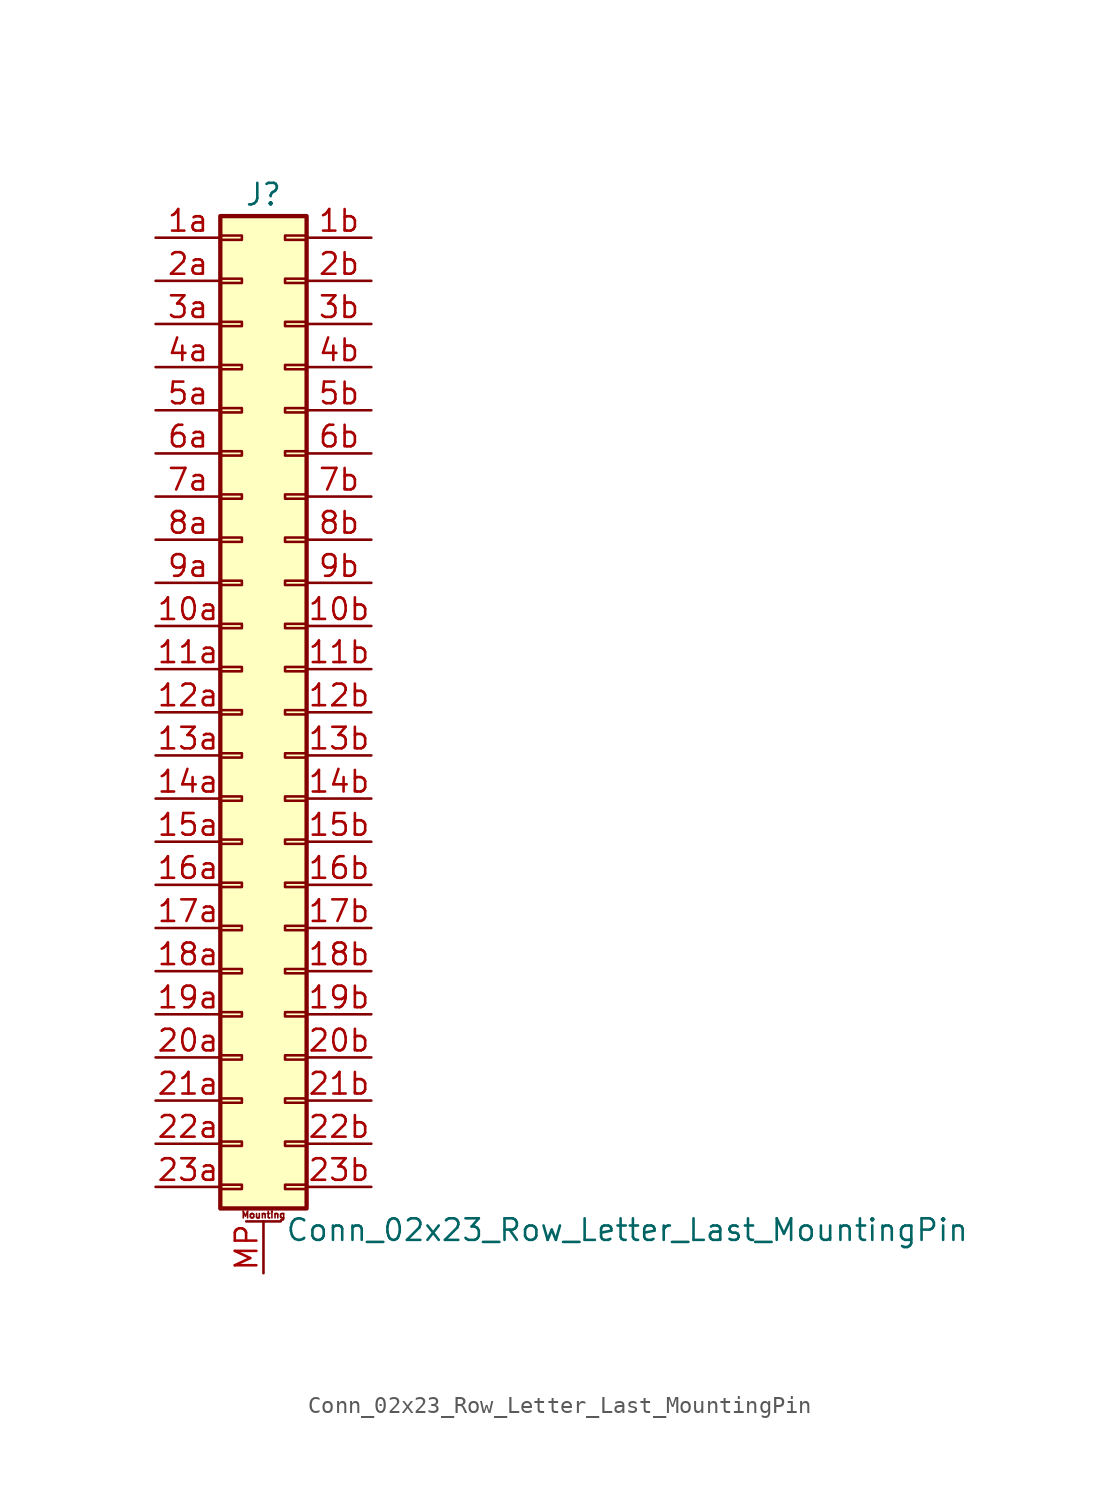
<source format=kicad_sym>
(kicad_symbol_lib
  (version 20220914)
  (generator kicad_symbol_editor)
  (symbol "Conn_02x23_Row_Letter_Last_MountingPin"
    (pin_names
      (offset 1.016) hide)
    (property "Reference" "J"
      (at 1.27 30.48 0)
      (effects (font (size 1.27 1.27))))
    (property "Value" "Conn_02x23_Row_Letter_Last_MountingPin"
      (at 2.54 -30.48 0)
      (effects (font (size 1.27 1.27)) (justify left)))
    (symbol "Conn_02x23_Row_Letter_Last_MountingPin_1_1"
      (rectangle (start -1.27 -27.813) (end 0 -28.067) (stroke (width 0.152) (type default)) (fill (type none)))
      (rectangle (start -1.27 -25.273) (end 0 -25.527) (stroke (width 0.152) (type default)) (fill (type none)))
      (rectangle (start -1.27 -22.733) (end 0 -22.987) (stroke (width 0.152) (type default)) (fill (type none)))
      (rectangle (start -1.27 -20.193) (end 0 -20.447) (stroke (width 0.152) (type default)) (fill (type none)))
      (rectangle (start -1.27 -17.653) (end 0 -17.907) (stroke (width 0.152) (type default)) (fill (type none)))
      (rectangle (start -1.27 -15.113) (end 0 -15.367) (stroke (width 0.152) (type default)) (fill (type none)))
      (rectangle (start -1.27 -12.573) (end 0 -12.827) (stroke (width 0.152) (type default)) (fill (type none)))
      (rectangle (start -1.27 -10.033) (end 0 -10.287) (stroke (width 0.152) (type default)) (fill (type none)))
      (rectangle (start -1.27 -7.493) (end 0 -7.747) (stroke (width 0.152) (type default)) (fill (type none)))
      (rectangle (start -1.27 -4.953) (end 0 -5.207) (stroke (width 0.152) (type default)) (fill (type none)))
      (rectangle (start -1.27 -2.413) (end 0 -2.667) (stroke (width 0.152) (type default)) (fill (type none)))
      (rectangle (start -1.27 0.127) (end 0 -0.127) (stroke (width 0.152) (type default)) (fill (type none)))
      (rectangle (start -1.27 2.667) (end 0 2.413) (stroke (width 0.152) (type default)) (fill (type none)))
      (rectangle (start -1.27 5.207) (end 0 4.953) (stroke (width 0.152) (type default)) (fill (type none)))
      (rectangle (start -1.27 7.747) (end 0 7.493) (stroke (width 0.152) (type default)) (fill (type none)))
      (rectangle (start -1.27 10.287) (end 0 10.033) (stroke (width 0.152) (type default)) (fill (type none)))
      (rectangle (start -1.27 12.827) (end 0 12.573) (stroke (width 0.152) (type default)) (fill (type none)))
      (rectangle (start -1.27 15.367) (end 0 15.113) (stroke (width 0.152) (type default)) (fill (type none)))
      (rectangle (start -1.27 17.907) (end 0 17.653) (stroke (width 0.152) (type default)) (fill (type none)))
      (rectangle (start -1.27 20.447) (end 0 20.193) (stroke (width 0.152) (type default)) (fill (type none)))
      (rectangle (start -1.27 22.987) (end 0 22.733) (stroke (width 0.152) (type default)) (fill (type none)))
      (rectangle (start -1.27 25.527) (end 0 25.273) (stroke (width 0.152) (type default)) (fill (type none)))
      (rectangle (start -1.27 28.067) (end 0 27.813) (stroke (width 0.152) (type default)) (fill (type none)))
      (rectangle (start -1.27 29.21) (end 3.81 -29.21) (stroke (width 0.254) (type default)) (fill (type background)))
      (polyline (pts (xy 0.254 -29.972) (xy 2.286 -29.972)) (stroke (width 0.152) (type default)) (fill (type none)))
      (rectangle (start 3.81 -27.813) (end 2.54 -28.067) (stroke (width 0.152) (type default)) (fill (type none)))
      (rectangle (start 3.81 -25.273) (end 2.54 -25.527) (stroke (width 0.152) (type default)) (fill (type none)))
      (rectangle (start 3.81 -22.733) (end 2.54 -22.987) (stroke (width 0.152) (type default)) (fill (type none)))
      (rectangle (start 3.81 -20.193) (end 2.54 -20.447) (stroke (width 0.152) (type default)) (fill (type none)))
      (rectangle (start 3.81 -17.653) (end 2.54 -17.907) (stroke (width 0.152) (type default)) (fill (type none)))
      (rectangle (start 3.81 -15.113) (end 2.54 -15.367) (stroke (width 0.152) (type default)) (fill (type none)))
      (rectangle (start 3.81 -12.573) (end 2.54 -12.827) (stroke (width 0.152) (type default)) (fill (type none)))
      (rectangle (start 3.81 -10.033) (end 2.54 -10.287) (stroke (width 0.152) (type default)) (fill (type none)))
      (rectangle (start 3.81 -7.493) (end 2.54 -7.747) (stroke (width 0.152) (type default)) (fill (type none)))
      (rectangle (start 3.81 -4.953) (end 2.54 -5.207) (stroke (width 0.152) (type default)) (fill (type none)))
      (rectangle (start 3.81 -2.413) (end 2.54 -2.667) (stroke (width 0.152) (type default)) (fill (type none)))
      (rectangle (start 3.81 0.127) (end 2.54 -0.127) (stroke (width 0.152) (type default)) (fill (type none)))
      (rectangle (start 3.81 2.667) (end 2.54 2.413) (stroke (width 0.152) (type default)) (fill (type none)))
      (rectangle (start 3.81 5.207) (end 2.54 4.953) (stroke (width 0.152) (type default)) (fill (type none)))
      (rectangle (start 3.81 7.747) (end 2.54 7.493) (stroke (width 0.152) (type default)) (fill (type none)))
      (rectangle (start 3.81 10.287) (end 2.54 10.033) (stroke (width 0.152) (type default)) (fill (type none)))
      (rectangle (start 3.81 12.827) (end 2.54 12.573) (stroke (width 0.152) (type default)) (fill (type none)))
      (rectangle (start 3.81 15.367) (end 2.54 15.113) (stroke (width 0.152) (type default)) (fill (type none)))
      (rectangle (start 3.81 17.907) (end 2.54 17.653) (stroke (width 0.152) (type default)) (fill (type none)))
      (rectangle (start 3.81 20.447) (end 2.54 20.193) (stroke (width 0.152) (type default)) (fill (type none)))
      (rectangle (start 3.81 22.987) (end 2.54 22.733) (stroke (width 0.152) (type default)) (fill (type none)))
      (rectangle (start 3.81 25.527) (end 2.54 25.273) (stroke (width 0.152) (type default)) (fill (type none)))
      (rectangle (start 3.81 28.067) (end 2.54 27.813) (stroke (width 0.152) (type default)) (fill (type none)))
      (text "Mounting" (at 1.27 -29.591 0) (effects (font (size 0.381 0.381))))
      (pin passive line (at -5.08 5.08 0) (length 3.81) (name "Pin_10a" (effects (font (size 1.27 1.27)))) (number "10a" (effects (font (size 1.27 1.27)))))
      (pin passive line (at 7.62 5.08 180) (length 3.81) (name "Pin_10b" (effects (font (size 1.27 1.27)))) (number "10b" (effects (font (size 1.27 1.27)))))
      (pin passive line (at -5.08 2.54 0) (length 3.81) (name "Pin_11a" (effects (font (size 1.27 1.27)))) (number "11a" (effects (font (size 1.27 1.27)))))
      (pin passive line (at 7.62 2.54 180) (length 3.81) (name "Pin_11b" (effects (font (size 1.27 1.27)))) (number "11b" (effects (font (size 1.27 1.27)))))
      (pin passive line (at -5.08 0 0) (length 3.81) (name "Pin_12a" (effects (font (size 1.27 1.27)))) (number "12a" (effects (font (size 1.27 1.27)))))
      (pin passive line (at 7.62 0 180) (length 3.81) (name "Pin_12b" (effects (font (size 1.27 1.27)))) (number "12b" (effects (font (size 1.27 1.27)))))
      (pin passive line (at -5.08 -2.54 0) (length 3.81) (name "Pin_13a" (effects (font (size 1.27 1.27)))) (number "13a" (effects (font (size 1.27 1.27)))))
      (pin passive line (at 7.62 -2.54 180) (length 3.81) (name "Pin_13b" (effects (font (size 1.27 1.27)))) (number "13b" (effects (font (size 1.27 1.27)))))
      (pin passive line (at -5.08 -5.08 0) (length 3.81) (name "Pin_14a" (effects (font (size 1.27 1.27)))) (number "14a" (effects (font (size 1.27 1.27)))))
      (pin passive line (at 7.62 -5.08 180) (length 3.81) (name "Pin_14b" (effects (font (size 1.27 1.27)))) (number "14b" (effects (font (size 1.27 1.27)))))
      (pin passive line (at -5.08 -7.62 0) (length 3.81) (name "Pin_15a" (effects (font (size 1.27 1.27)))) (number "15a" (effects (font (size 1.27 1.27)))))
      (pin passive line (at 7.62 -7.62 180) (length 3.81) (name "Pin_15b" (effects (font (size 1.27 1.27)))) (number "15b" (effects (font (size 1.27 1.27)))))
      (pin passive line (at -5.08 -10.16 0) (length 3.81) (name "Pin_16a" (effects (font (size 1.27 1.27)))) (number "16a" (effects (font (size 1.27 1.27)))))
      (pin passive line (at 7.62 -10.16 180) (length 3.81) (name "Pin_16b" (effects (font (size 1.27 1.27)))) (number "16b" (effects (font (size 1.27 1.27)))))
      (pin passive line (at -5.08 -12.7 0) (length 3.81) (name "Pin_17a" (effects (font (size 1.27 1.27)))) (number "17a" (effects (font (size 1.27 1.27)))))
      (pin passive line (at 7.62 -12.7 180) (length 3.81) (name "Pin_17b" (effects (font (size 1.27 1.27)))) (number "17b" (effects (font (size 1.27 1.27)))))
      (pin passive line (at -5.08 -15.24 0) (length 3.81) (name "Pin_18a" (effects (font (size 1.27 1.27)))) (number "18a" (effects (font (size 1.27 1.27)))))
      (pin passive line (at 7.62 -15.24 180) (length 3.81) (name "Pin_18b" (effects (font (size 1.27 1.27)))) (number "18b" (effects (font (size 1.27 1.27)))))
      (pin passive line (at -5.08 -17.78 0) (length 3.81) (name "Pin_19a" (effects (font (size 1.27 1.27)))) (number "19a" (effects (font (size 1.27 1.27)))))
      (pin passive line (at 7.62 -17.78 180) (length 3.81) (name "Pin_19b" (effects (font (size 1.27 1.27)))) (number "19b" (effects (font (size 1.27 1.27)))))
      (pin passive line (at -5.08 27.94 0) (length 3.81) (name "Pin_1a" (effects (font (size 1.27 1.27)))) (number "1a" (effects (font (size 1.27 1.27)))))
      (pin passive line (at 7.62 27.94 180) (length 3.81) (name "Pin_1b" (effects (font (size 1.27 1.27)))) (number "1b" (effects (font (size 1.27 1.27)))))
      (pin passive line (at -5.08 -20.32 0) (length 3.81) (name "Pin_20a" (effects (font (size 1.27 1.27)))) (number "20a" (effects (font (size 1.27 1.27)))))
      (pin passive line (at 7.62 -20.32 180) (length 3.81) (name "Pin_20b" (effects (font (size 1.27 1.27)))) (number "20b" (effects (font (size 1.27 1.27)))))
      (pin passive line (at -5.08 -22.86 0) (length 3.81) (name "Pin_21a" (effects (font (size 1.27 1.27)))) (number "21a" (effects (font (size 1.27 1.27)))))
      (pin passive line (at 7.62 -22.86 180) (length 3.81) (name "Pin_21b" (effects (font (size 1.27 1.27)))) (number "21b" (effects (font (size 1.27 1.27)))))
      (pin passive line (at -5.08 -25.4 0) (length 3.81) (name "Pin_22a" (effects (font (size 1.27 1.27)))) (number "22a" (effects (font (size 1.27 1.27)))))
      (pin passive line (at 7.62 -25.4 180) (length 3.81) (name "Pin_22b" (effects (font (size 1.27 1.27)))) (number "22b" (effects (font (size 1.27 1.27)))))
      (pin passive line (at -5.08 -27.94 0) (length 3.81) (name "Pin_23a" (effects (font (size 1.27 1.27)))) (number "23a" (effects (font (size 1.27 1.27)))))
      (pin passive line (at 7.62 -27.94 180) (length 3.81) (name "Pin_23b" (effects (font (size 1.27 1.27)))) (number "23b" (effects (font (size 1.27 1.27)))))
      (pin passive line (at -5.08 25.4 0) (length 3.81) (name "Pin_2a" (effects (font (size 1.27 1.27)))) (number "2a" (effects (font (size 1.27 1.27)))))
      (pin passive line (at 7.62 25.4 180) (length 3.81) (name "Pin_2b" (effects (font (size 1.27 1.27)))) (number "2b" (effects (font (size 1.27 1.27)))))
      (pin passive line (at -5.08 22.86 0) (length 3.81) (name "Pin_3a" (effects (font (size 1.27 1.27)))) (number "3a" (effects (font (size 1.27 1.27)))))
      (pin passive line (at 7.62 22.86 180) (length 3.81) (name "Pin_3b" (effects (font (size 1.27 1.27)))) (number "3b" (effects (font (size 1.27 1.27)))))
      (pin passive line (at -5.08 20.32 0) (length 3.81) (name "Pin_4a" (effects (font (size 1.27 1.27)))) (number "4a" (effects (font (size 1.27 1.27)))))
      (pin passive line (at 7.62 20.32 180) (length 3.81) (name "Pin_4b" (effects (font (size 1.27 1.27)))) (number "4b" (effects (font (size 1.27 1.27)))))
      (pin passive line (at -5.08 17.78 0) (length 3.81) (name "Pin_5a" (effects (font (size 1.27 1.27)))) (number "5a" (effects (font (size 1.27 1.27)))))
      (pin passive line (at 7.62 17.78 180) (length 3.81) (name "Pin_5b" (effects (font (size 1.27 1.27)))) (number "5b" (effects (font (size 1.27 1.27)))))
      (pin passive line (at -5.08 15.24 0) (length 3.81) (name "Pin_6a" (effects (font (size 1.27 1.27)))) (number "6a" (effects (font (size 1.27 1.27)))))
      (pin passive line (at 7.62 15.24 180) (length 3.81) (name "Pin_6b" (effects (font (size 1.27 1.27)))) (number "6b" (effects (font (size 1.27 1.27)))))
      (pin passive line (at -5.08 12.7 0) (length 3.81) (name "Pin_7a" (effects (font (size 1.27 1.27)))) (number "7a" (effects (font (size 1.27 1.27)))))
      (pin passive line (at 7.62 12.7 180) (length 3.81) (name "Pin_7b" (effects (font (size 1.27 1.27)))) (number "7b" (effects (font (size 1.27 1.27)))))
      (pin passive line (at -5.08 10.16 0) (length 3.81) (name "Pin_8a" (effects (font (size 1.27 1.27)))) (number "8a" (effects (font (size 1.27 1.27)))))
      (pin passive line (at 7.62 10.16 180) (length 3.81) (name "Pin_8b" (effects (font (size 1.27 1.27)))) (number "8b" (effects (font (size 1.27 1.27)))))
      (pin passive line (at -5.08 7.62 0) (length 3.81) (name "Pin_9a" (effects (font (size 1.27 1.27)))) (number "9a" (effects (font (size 1.27 1.27)))))
      (pin passive line (at 7.62 7.62 180) (length 3.81) (name "Pin_9b" (effects (font (size 1.27 1.27)))) (number "9b" (effects (font (size 1.27 1.27)))))
      (pin passive line (at 1.27 -33.02 90) (length 3.048) (name "MountPin" (effects (font (size 1.27 1.27)))) (number "MP" (effects (font (size 1.27 1.27))))))))
</source>
